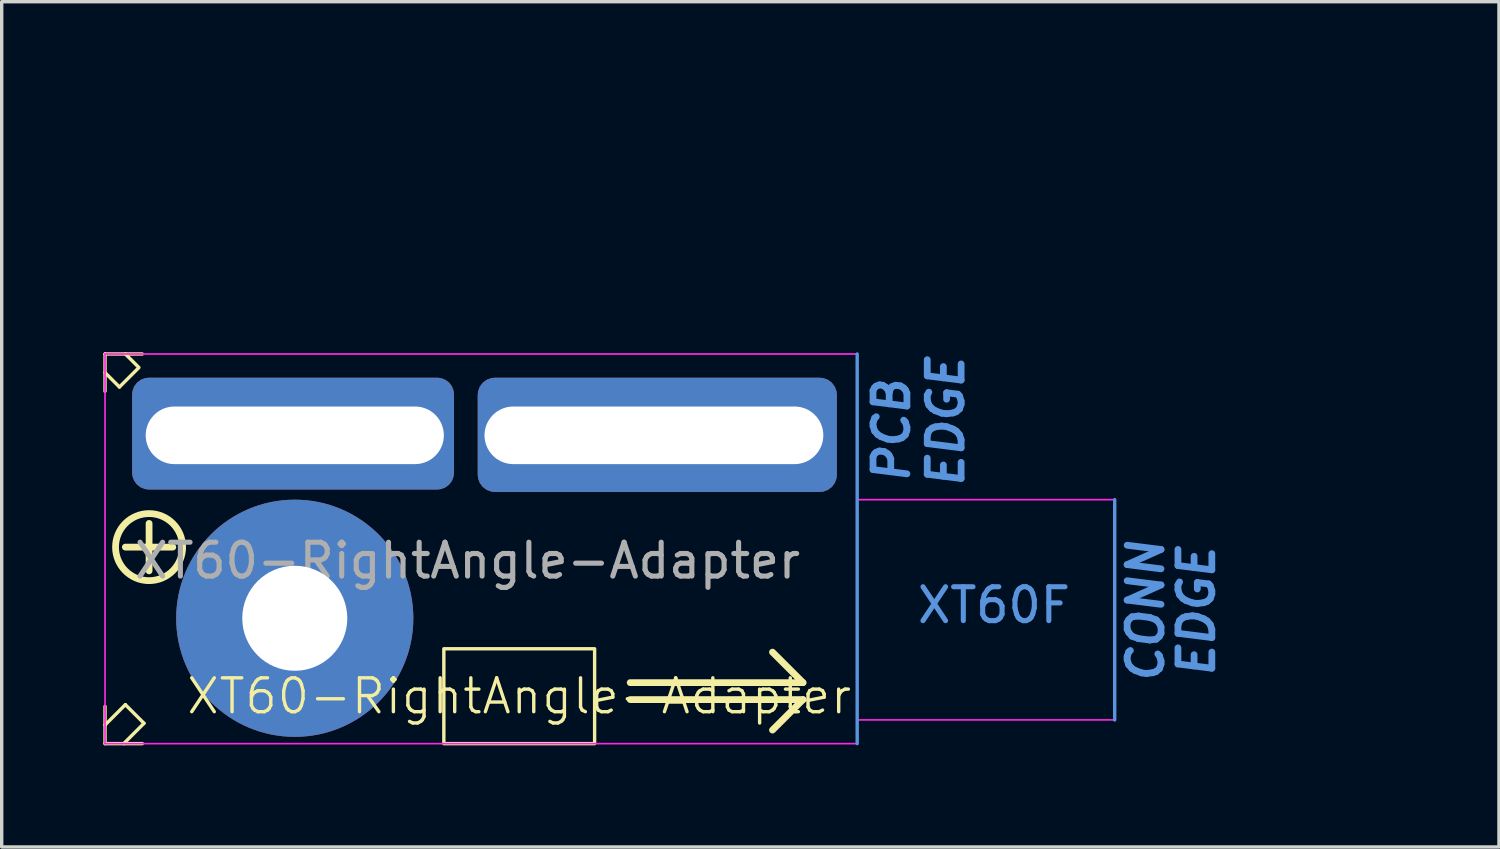
<source format=kicad_pcb>
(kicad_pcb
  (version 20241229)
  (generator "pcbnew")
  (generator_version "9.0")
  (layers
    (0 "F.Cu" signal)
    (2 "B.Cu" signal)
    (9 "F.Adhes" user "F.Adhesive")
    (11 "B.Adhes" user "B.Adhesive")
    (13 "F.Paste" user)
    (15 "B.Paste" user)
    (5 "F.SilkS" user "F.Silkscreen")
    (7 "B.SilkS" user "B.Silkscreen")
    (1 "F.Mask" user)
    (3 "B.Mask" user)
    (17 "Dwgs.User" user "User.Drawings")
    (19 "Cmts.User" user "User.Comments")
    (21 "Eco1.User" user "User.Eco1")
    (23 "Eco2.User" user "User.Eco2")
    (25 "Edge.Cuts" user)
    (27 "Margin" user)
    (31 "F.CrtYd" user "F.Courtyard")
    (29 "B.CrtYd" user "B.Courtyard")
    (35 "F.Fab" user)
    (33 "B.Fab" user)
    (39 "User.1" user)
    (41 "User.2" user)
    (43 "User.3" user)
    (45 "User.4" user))
  (footprint "XT60-RightAngle-Adapter"
    (layer "F.Cu")
    (at 10.75 9.898)
    (property "Reference" "XT60-RightAngle-Adapter" (at 1.525 7.6 0) (unlocked yes) (layer "F.SilkS") (effects (font (size 1 1) (thickness 0.1))))
    (attr smd)
    (fp_line (start -7.3 3.2) (end -6.5 4) (stroke (width 0.7) (type solid)) (layer "B.Mask"))
    (fp_line (start -7.2 7.5) (end -6.4 6.7) (stroke (width 0.7) (type solid)) (layer "B.Mask"))
    (fp_line (start -7.034 5.3) (end -8.166 5.3) (stroke (width 0.7) (type solid)) (layer "B.Mask"))
    (fp_line (start -5.1 3.366) (end -5.1 2.234) (stroke (width 0.7) (type solid)) (layer "B.Mask"))
    (fp_line (start -5 7.234) (end -5 8.366) (stroke (width 0.7) (type solid)) (layer "B.Mask"))
    (fp_line (start -3.7 4) (end -2.9 3.2) (stroke (width 0.7) (type solid)) (layer "B.Mask"))
    (fp_line (start -2.9 7.5) (end -3.7 6.7) (stroke (width 0.7) (type solid)) (layer "B.Mask"))
    (fp_line (start -2.034 5.3) (end -3.166 5.3) (stroke (width 0.7) (type solid)) (layer "B.Mask"))
    (fp_circle (center -5.1 5.3) (end -3.8 4) (stroke (width 0.5) (type solid)) (fill no) (layer "B.Mask"))
    (fp_line (start -10.7 -2.5) (end -10.7 -1.4) (stroke (width 0.1) (type default)) (layer "F.SilkS"))
    (fp_line (start -10.7 -1.95) (end -10.275 -1.525) (stroke (width 0.1) (type default)) (layer "F.SilkS"))
    (fp_line (start -10.7 7.9) (end -10.7 9) (stroke (width 0.1) (type default)) (layer "F.SilkS"))
    (fp_line (start -10.7 8.45) (end -10.1 7.85) (stroke (width 0.1) (type default)) (layer "F.SilkS"))
    (fp_line (start -10.7 9) (end -9.6 9) (stroke (width 0.1) (type default)) (layer "F.SilkS"))
    (fp_line (start -10.15 9) (end -9.55 8.4) (stroke (width 0.1) (type default)) (layer "F.SilkS"))
    (fp_line (start -10.1 -2.5) (end -9.7 -2.1) (stroke (width 0.1) (type default)) (layer "F.SilkS"))
    (fp_line (start -10.1 7.85) (end -9.55 8.4) (stroke (width 0.1) (type default)) (layer "F.SilkS"))
    (fp_line (start -9.725 -2.075) (end -10.275 -1.525) (stroke (width 0.1) (type default)) (layer "F.SilkS"))
    (fp_line (start -9.6 -2.5) (end -10.7 -2.5) (stroke (width 0.1) (type default)) (layer "F.SilkS"))
    (fp_line (start -9.4 3.9) (end -9.4 2.5) (stroke (width 0.2) (type solid)) (layer "F.SilkS"))
    (fp_line (start -8.7 3.2) (end -10.1 3.2) (stroke (width 0.2) (type solid)) (layer "F.SilkS"))
    (fp_line (start 4.8 7.2) (end 9.9 7.2) (stroke (width 0.2) (type solid)) (layer "F.SilkS"))
    (fp_line (start 4.8 7.7) (end 9.9 7.7) (stroke (width 0.2) (type solid)) (layer "F.SilkS"))
    (fp_line (start 9.9 7.2) (end 9 6.3) (stroke (width 0.2) (type solid)) (layer "F.SilkS"))
    (fp_line (start 9.9 7.7) (end 9 8.6) (stroke (width 0.2) (type solid)) (layer "F.SilkS"))
    (fp_rect (start -0.7 6.2) (end 3.75 9) (stroke (width 0.1) (type default)) (fill no) (layer "F.SilkS"))
    (fp_circle (center -9.4 3.2) (end -8.7 2.5) (stroke (width 0.2) (type solid)) (fill no) (layer "F.SilkS"))
    (fp_line (start 11.5 -2.5) (end 11.5 9) (stroke (width 0.1) (type solid)) (layer "Cmts.User"))
    (fp_line (start 19.1 1.8) (end 19.1 8.3) (stroke (width 0.1) (type solid)) (layer "Cmts.User"))
    (fp_line (start -10.7 -2.5) (end -10.7 9) (stroke (width 0.05) (type default)) (layer "F.CrtYd"))
    (fp_line (start -10.7 9) (end 11.5 9) (stroke (width 0.05) (type default)) (layer "F.CrtYd"))
    (fp_line (start 11.5 -2.5) (end -10.7 -2.5) (stroke (width 0.05) (type default)) (layer "F.CrtYd"))
    (fp_line (start 11.5 1.8) (end 11.5 -2.5) (stroke (width 0.05) (type default)) (layer "F.CrtYd"))
    (fp_line (start 11.5 1.8) (end 19.1 1.8) (stroke (width 0.05) (type default)) (layer "F.CrtYd"))
    (fp_line (start 11.5 9) (end 11.5 8.3) (stroke (width 0.05) (type default)) (layer "F.CrtYd"))
    (fp_line (start 19.1 1.8) (end 19.1 8.3) (stroke (width 0.05) (type default)) (layer "F.CrtYd"))
    (fp_line (start 19.1 8.3) (end 11.5 8.3) (stroke (width 0.05) (type default)) (layer "F.CrtYd"))
    (fp_line (start 19.1 1.8) (end 11.5 1.8) (stroke (width 0.1) (type default)) (layer "User.2"))
    (fp_line (start 19.1 8.3) (end 11.5 8.3) (stroke (width 0.1) (type default)) (layer "User.2"))
    (fp_text user " EDGE" (at 14.7 2.3 90) (unlocked yes) (layer "Cmts.User") (effects (font (size 1 1) (thickness 0.2) (bold yes) (italic yes)) (justify left bottom)))
    (fp_text user "PCB" (at 13.1 1.4 90) (unlocked yes) (layer "Cmts.User") (effects (font (size 1 1) (thickness 0.2) (bold yes) (italic yes)) (justify left bottom)))
    (fp_text user "CONN" (at 20.6 7.3 90) (unlocked yes) (layer "Cmts.User") (effects (font (size 1 1) (thickness 0.2) (bold yes) (italic yes)) (justify left bottom)))
    (fp_text user " EDGE" (at 22.1 7.9 90) (unlocked yes) (layer "Cmts.User") (effects (font (size 1 1) (thickness 0.2) (bold yes) (italic yes)) (justify left bottom)))
    (fp_text user "XT60F" (at 13.2 5.5 0) (unlocked yes) (layer "Cmts.User") (effects (font (size 1 1) (thickness 0.15)) (justify left bottom)))
    (fp_text user "${REFERENCE}" (at 0 3.6 0) (unlocked yes) (layer "F.Fab") (effects (font (size 1 1) (thickness 0.15))))
    (dimension (type orthogonal) (layer "User.1") (pts (xy 11.25 9.798) (xy 21.25 9.798)) (height -3.707) (orientation 0) (format (prefix "") (suffix "") (units 3) (units_format 0) (precision 4) (suppress_zeroes yes)) (style (thickness 0.1) (arrow_length 1.27) (text_position_mode 0) (arrow_direction outward) (extension_height 0.586) (extension_offset 0.5) (keep_text_aligned yes)) (gr_text "10" (at 16.25 4.941 0) (layer "User.1") (effects (font (size 1 1) (thickness 0.15)))))
    (dimension (type orthogonal) (layer "User.1") (pts (xy 0.05 7.398) (xy 22.25 7.398)) (height -5.4) (orientation 0) (format (prefix "") (suffix "") (units 3) (units_format 0) (precision 4) (suppress_zeroes yes)) (style (thickness 0.1) (arrow_length 1.27) (text_position_mode 0) (arrow_direction outward) (extension_height 0.586) (extension_offset 0.5) (keep_text_aligned yes)) (gr_text "22.2" (at 11.15 0.848 0) (layer "User.1") (effects (font (size 1 1) (thickness 0.15)))))
    (dimension (type orthogonal) (layer "User.1") (pts (xy 1.25 9.798) (xy 10.05 9.798)) (height -3.7) (orientation 0) (format (prefix "") (suffix "") (units 3) (units_format 0) (precision 4) (suppress_zeroes yes)) (style (thickness 0.1) (arrow_length 1.27) (text_position_mode 0) (arrow_direction outward) (extension_height 0.586) (extension_offset 0.5) (keep_text_aligned yes)) (gr_text "8.8" (at 5.65 4.948 0) (layer "User.1") (effects (font (size 1 1) (thickness 0.15)))))
    (dimension (type orthogonal) (layer "User.1") (pts (xy 10.05 9.798) (xy 11.25 9.798)) (height -3.707) (orientation 0) (format (prefix "") (suffix "") (units 3) (units_format 0) (precision 4) (suppress_zeroes yes)) (style (thickness 0.1) (arrow_length 0.4) (text_position_mode 2) (arrow_direction outward) (extension_height 0.586) (extension_offset 0.5) (keep_text_aligned yes)) (gr_text "1.2" (at 10.65 5.391 0) (layer "User.1") (effects (font (size 0.4 0.4) (thickness 0.15)))))
    (dimension (type orthogonal) (layer "User.1") (pts (xy 22.25 7.398) (xy 22.25 18.898)) (height 15.3) (orientation 1) (format (prefix "") (suffix "") (units 3) (units_format 0) (precision 4) (suppress_zeroes yes)) (style (thickness 0.1) (arrow_length 1.27) (text_position_mode 0) (arrow_direction outward) (extension_height 0.586) (extension_offset 0.5) (keep_text_aligned yes)) (gr_text "11.5" (at 36.4 13.148 90) (layer "User.1") (effects (font (size 1 1) (thickness 0.15)))))
    (pad "1" thru_hole roundrect (at -5.1 -0.1) (size 9.5 3.3) (drill oval 8.8 1.7 (offset -0.05 -0.05)) (layers "*.Cu" "*.Mask") (roundrect_rratio 0.15))
    (pad "1" thru_hole circle (at -5.1 5.3) (size 7 7) (drill 3.1) (layers "*.Cu" "F.Mask"))
    (pad "2" thru_hole roundrect (at 5.5 -0.1) (size 10.6 3.371) (drill oval 10 1.7 (offset 0.1 -0.014)) (layers "*.Cu" "*.Mask") (roundrect_rratio 0.15)))
  (gr_rect
    (start -3 -3)
    (end 41.192 21.948)
    (stroke (width 0.1) (type default))
    (fill no)
    (layer "Edge.Cuts")))
</source>
